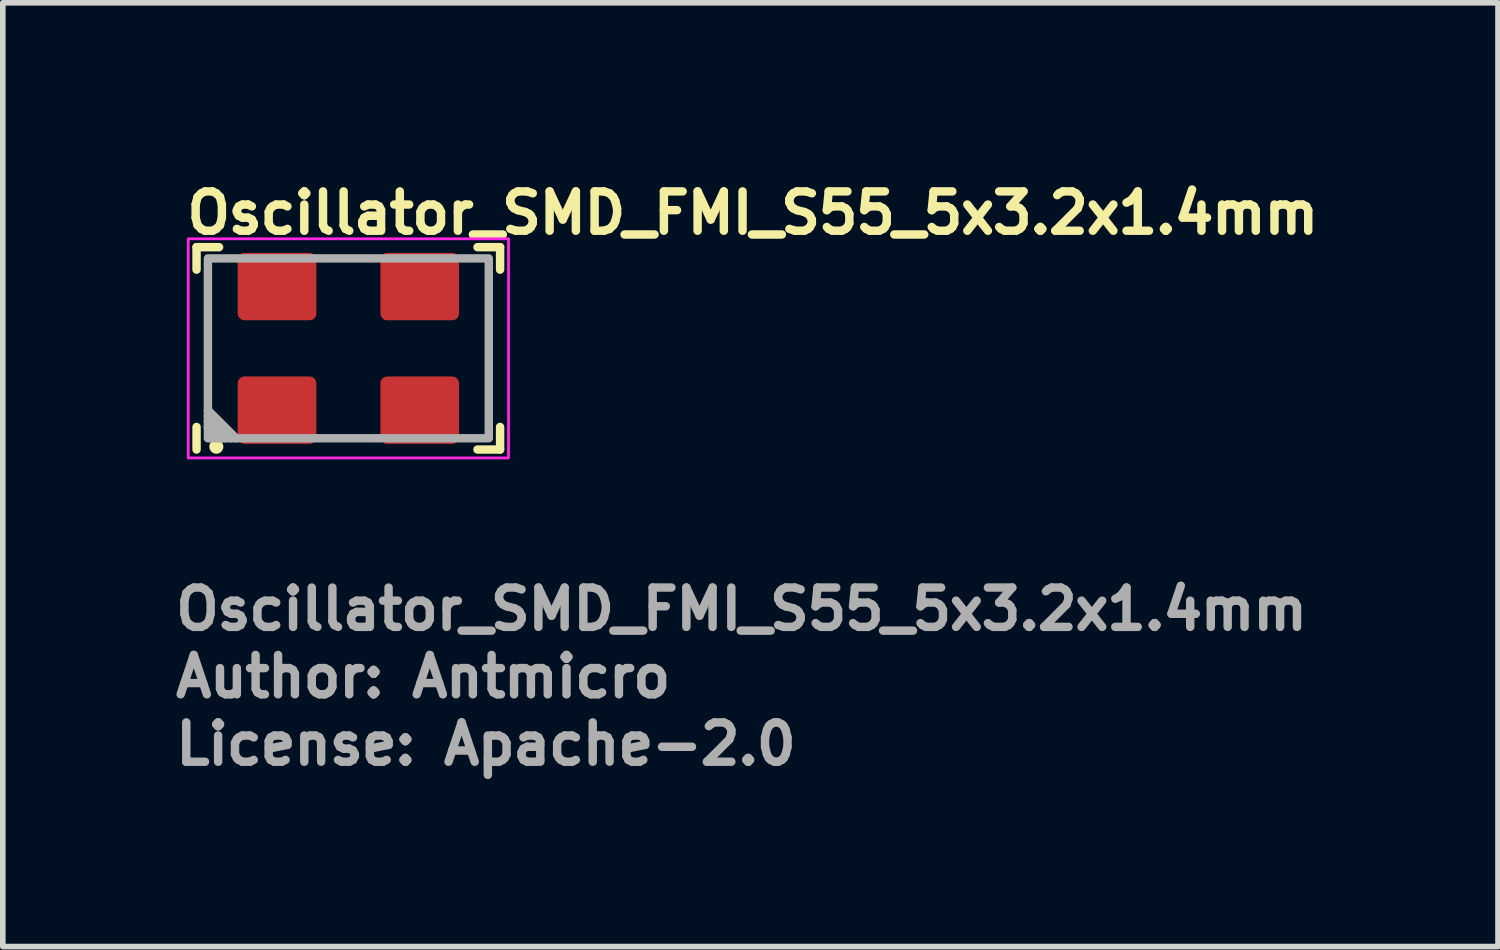
<source format=kicad_pcb>
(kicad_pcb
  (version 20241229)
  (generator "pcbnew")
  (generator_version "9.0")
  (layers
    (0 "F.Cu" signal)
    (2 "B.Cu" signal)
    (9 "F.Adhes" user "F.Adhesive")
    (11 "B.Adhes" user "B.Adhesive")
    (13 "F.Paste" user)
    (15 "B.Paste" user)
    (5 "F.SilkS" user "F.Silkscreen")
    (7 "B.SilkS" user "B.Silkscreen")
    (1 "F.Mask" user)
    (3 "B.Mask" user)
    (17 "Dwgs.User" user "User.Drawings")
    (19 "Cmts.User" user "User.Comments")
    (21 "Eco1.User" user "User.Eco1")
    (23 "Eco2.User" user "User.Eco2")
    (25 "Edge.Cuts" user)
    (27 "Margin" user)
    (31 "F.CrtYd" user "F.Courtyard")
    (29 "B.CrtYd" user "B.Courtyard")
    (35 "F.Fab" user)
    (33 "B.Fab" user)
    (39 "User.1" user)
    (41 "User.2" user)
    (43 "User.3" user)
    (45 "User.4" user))
  (footprint "Oscillator_SMD_FMI_S55_5x3.2x1.4mm"
    (layer "F.Cu")
    (at 3.15 3.15)
    (property "Reference" "Oscillator_SMD_FMI_S55_5x3.2x1.4mm" (at -2.95 -2 0) (layer "F.SilkS") (effects (font (size 0.7 0.7) (thickness 0.15)) (justify left bottom)))
    (attr smd)
    (fp_line (start -2.702 -1.801) (end -2.301 -1.801) (stroke (width 0.15) (type solid)) (layer "F.SilkS"))
    (fp_line (start -2.702 -1.401) (end -2.702 -1.801) (stroke (width 0.15) (type solid)) (layer "F.SilkS"))
    (fp_line (start -2.702 1.8) (end -2.702 1.398) (stroke (width 0.15) (type solid)) (layer "F.SilkS"))
    (fp_line (start 2.298 -1.801) (end 2.7 -1.801) (stroke (width 0.15) (type solid)) (layer "F.SilkS"))
    (fp_line (start 2.7 -1.801) (end 2.7 -1.401) (stroke (width 0.15) (type solid)) (layer "F.SilkS"))
    (fp_line (start 2.7 1.398) (end 2.7 1.8) (stroke (width 0.15) (type solid)) (layer "F.SilkS"))
    (fp_line (start 2.7 1.8) (end 2.298 1.8) (stroke (width 0.15) (type solid)) (layer "F.SilkS"))
    (fp_circle (center -2.35 1.75) (end -2.3 1.75) (stroke (width 0.15) (type solid)) (fill yes) (layer "F.SilkS"))
    (fp_rect (start -2.85 -1.95) (end 2.85 1.95) (stroke (width 0.05) (type solid)) (fill no) (layer "F.CrtYd"))
    (fp_line (start -2.3 1.6) (end -2.5 1.4) (stroke (width 0.15) (type solid)) (layer "F.Fab"))
    (fp_line (start -2.2 1.6) (end -2.5 1.3) (stroke (width 0.15) (type solid)) (layer "F.Fab"))
    (fp_line (start -2.1 1.6) (end -2.5 1.2) (stroke (width 0.15) (type solid)) (layer "F.Fab"))
    (fp_line (start -2 1.6) (end -2.5 1.1) (stroke (width 0.15) (type solid)) (layer "F.Fab"))
    (fp_rect (start -2.5 -1.601) (end 2.499 1.6) (stroke (width 0.15) (type solid)) (fill no) (layer "F.Fab"))
    (fp_rect (start -2.5 -1.6) (end 2.5 1.6) (stroke (width 0.1) (type solid)) (fill no) (layer "User.5"))
    (fp_line (start -2.5 -1.4) (end -2.47 -1.402) (stroke (width 0.02) (type solid)) (layer "User.9"))
    (fp_line (start -2.5 -1.2) (end -2.497 -1.252) (stroke (width 0.02) (type solid)) (layer "User.9"))
    (fp_line (start -2.5 -0.7) (end -2.5 -1.4) (stroke (width 0.02) (type solid)) (layer "User.9"))
    (fp_line (start -2.5 1.2) (end -2.5 -1.2) (stroke (width 0.02) (type solid)) (layer "User.9"))
    (fp_line (start -2.5 1.4) (end -2.5 0.7) (stroke (width 0.02) (type solid)) (layer "User.9"))
    (fp_line (start -2.497 -1.252) (end -2.486 -1.304) (stroke (width 0.02) (type solid)) (layer "User.9"))
    (fp_line (start -2.497 1.252) (end -2.5 1.2) (stroke (width 0.02) (type solid)) (layer "User.9"))
    (fp_line (start -2.486 -1.304) (end -2.47 -1.353) (stroke (width 0.02) (type solid)) (layer "User.9"))
    (fp_line (start -2.486 1.304) (end -2.497 1.252) (stroke (width 0.02) (type solid)) (layer "User.9"))
    (fp_line (start -2.47 -1.402) (end -2.441 -1.409) (stroke (width 0.02) (type solid)) (layer "User.9"))
    (fp_line (start -2.47 -1.353) (end -2.446 -1.4) (stroke (width 0.02) (type solid)) (layer "User.9"))
    (fp_line (start -2.47 1.353) (end -2.486 1.304) (stroke (width 0.02) (type solid)) (layer "User.9"))
    (fp_line (start -2.47 1.402) (end -2.5 1.4) (stroke (width 0.02) (type solid)) (layer "User.9"))
    (fp_line (start -2.446 -1.4) (end -2.417 -1.444) (stroke (width 0.02) (type solid)) (layer "User.9"))
    (fp_line (start -2.446 1.4) (end -2.47 1.353) (stroke (width 0.02) (type solid)) (layer "User.9"))
    (fp_line (start -2.441 1.409) (end -2.47 1.402) (stroke (width 0.02) (type solid)) (layer "User.9"))
    (fp_line (start -2.417 -1.444) (end -2.383 -1.483) (stroke (width 0.02) (type solid)) (layer "User.9"))
    (fp_line (start -2.417 1.444) (end -2.446 1.4) (stroke (width 0.02) (type solid)) (layer "User.9"))
    (fp_line (start -2.383 -1.483) (end -2.344 -1.517) (stroke (width 0.02) (type solid)) (layer "User.9"))
    (fp_line (start -2.383 1.483) (end -2.417 1.444) (stroke (width 0.02) (type solid)) (layer "User.9"))
    (fp_line (start -2.344 -1.517) (end -2.3 -1.546) (stroke (width 0.02) (type solid)) (layer "User.9"))
    (fp_line (start -2.344 1.517) (end -2.383 1.483) (stroke (width 0.02) (type solid)) (layer "User.9"))
    (fp_line (start -2.309 -1.541) (end -2.302 -1.57) (stroke (width 0.02) (type solid)) (layer "User.9"))
    (fp_line (start -2.302 -1.57) (end -2.3 -1.6) (stroke (width 0.02) (type solid)) (layer "User.9"))
    (fp_line (start -2.302 1.57) (end -2.309 1.541) (stroke (width 0.02) (type solid)) (layer "User.9"))
    (fp_line (start -2.3 -1.6) (end -1.72 -1.6) (stroke (width 0.02) (type solid)) (layer "User.9"))
    (fp_line (start -2.3 -1.546) (end -2.253 -1.57) (stroke (width 0.02) (type solid)) (layer "User.9"))
    (fp_line (start -2.3 -1.2) (end -2.296 -1.239) (stroke (width 0.02) (type solid)) (layer "User.9"))
    (fp_line (start -2.3 1.2) (end -2.3 -1.2) (stroke (width 0.02) (type solid)) (layer "User.9"))
    (fp_line (start -2.3 1.546) (end -2.344 1.517) (stroke (width 0.02) (type solid)) (layer "User.9"))
    (fp_line (start -2.3 1.6) (end -2.302 1.57) (stroke (width 0.02) (type solid)) (layer "User.9"))
    (fp_line (start -2.296 -1.239) (end -2.285 -1.277) (stroke (width 0.02) (type solid)) (layer "User.9"))
    (fp_line (start -2.296 1.239) (end -2.3 1.2) (stroke (width 0.02) (type solid)) (layer "User.9"))
    (fp_line (start -2.285 -1.277) (end -2.266 -1.311) (stroke (width 0.02) (type solid)) (layer "User.9"))
    (fp_line (start -2.285 1.277) (end -2.296 1.239) (stroke (width 0.02) (type solid)) (layer "User.9"))
    (fp_line (start -2.266 -1.311) (end -2.241 -1.341) (stroke (width 0.02) (type solid)) (layer "User.9"))
    (fp_line (start -2.266 1.311) (end -2.285 1.277) (stroke (width 0.02) (type solid)) (layer "User.9"))
    (fp_line (start -2.253 -1.57) (end -2.204 -1.586) (stroke (width 0.02) (type solid)) (layer "User.9"))
    (fp_line (start -2.253 1.57) (end -2.3 1.546) (stroke (width 0.02) (type solid)) (layer "User.9"))
    (fp_line (start -2.241 -1.341) (end -2.211 -1.366) (stroke (width 0.02) (type solid)) (layer "User.9"))
    (fp_line (start -2.241 1.341) (end -2.266 1.311) (stroke (width 0.02) (type solid)) (layer "User.9"))
    (fp_line (start -2.211 -1.366) (end -2.177 -1.385) (stroke (width 0.02) (type solid)) (layer "User.9"))
    (fp_line (start -2.211 1.366) (end -2.241 1.341) (stroke (width 0.02) (type solid)) (layer "User.9"))
    (fp_line (start -2.204 -1.586) (end -2.152 -1.597) (stroke (width 0.02) (type solid)) (layer "User.9"))
    (fp_line (start -2.204 1.586) (end -2.253 1.57) (stroke (width 0.02) (type solid)) (layer "User.9"))
    (fp_line (start -2.177 -1.385) (end -2.139 -1.396) (stroke (width 0.02) (type solid)) (layer "User.9"))
    (fp_line (start -2.177 1.385) (end -2.211 1.366) (stroke (width 0.02) (type solid)) (layer "User.9"))
    (fp_line (start -2.152 -1.597) (end -2.1 -1.6) (stroke (width 0.02) (type solid)) (layer "User.9"))
    (fp_line (start -2.152 1.597) (end -2.204 1.586) (stroke (width 0.02) (type solid)) (layer "User.9"))
    (fp_line (start -2.139 -1.396) (end -2.1 -1.4) (stroke (width 0.02) (type solid)) (layer "User.9"))
    (fp_line (start -2.139 1.396) (end -2.177 1.385) (stroke (width 0.02) (type solid)) (layer "User.9"))
    (fp_line (start -2.1 -1.6) (end 2.1 -1.6) (stroke (width 0.02) (type solid)) (layer "User.9"))
    (fp_line (start -2.1 -1.4) (end 2.1 -1.4) (stroke (width 0.02) (type solid)) (layer "User.9"))
    (fp_line (start -2.1 1.4) (end -2.139 1.396) (stroke (width 0.02) (type solid)) (layer "User.9"))
    (fp_line (start -2.1 1.6) (end -2.152 1.597) (stroke (width 0.02) (type solid)) (layer "User.9"))
    (fp_line (start -1.72 1.6) (end -2.3 1.6) (stroke (width 0.02) (type solid)) (layer "User.9"))
    (fp_line (start 1.72 -1.6) (end 2.3 -1.6) (stroke (width 0.02) (type solid)) (layer "User.9"))
    (fp_line (start 2.1 -1.6) (end 2.152 -1.597) (stroke (width 0.02) (type solid)) (layer "User.9"))
    (fp_line (start 2.1 -1.4) (end 2.139 -1.396) (stroke (width 0.02) (type solid)) (layer "User.9"))
    (fp_line (start 2.1 1.4) (end -2.1 1.4) (stroke (width 0.02) (type solid)) (layer "User.9"))
    (fp_line (start 2.1 1.6) (end -2.1 1.6) (stroke (width 0.02) (type solid)) (layer "User.9"))
    (fp_line (start 2.139 -1.396) (end 2.177 -1.385) (stroke (width 0.02) (type solid)) (layer "User.9"))
    (fp_line (start 2.139 1.396) (end 2.1 1.4) (stroke (width 0.02) (type solid)) (layer "User.9"))
    (fp_line (start 2.152 -1.597) (end 2.204 -1.586) (stroke (width 0.02) (type solid)) (layer "User.9"))
    (fp_line (start 2.152 1.597) (end 2.1 1.6) (stroke (width 0.02) (type solid)) (layer "User.9"))
    (fp_line (start 2.177 -1.385) (end 2.211 -1.366) (stroke (width 0.02) (type solid)) (layer "User.9"))
    (fp_line (start 2.177 1.385) (end 2.139 1.396) (stroke (width 0.02) (type solid)) (layer "User.9"))
    (fp_line (start 2.204 -1.586) (end 2.253 -1.57) (stroke (width 0.02) (type solid)) (layer "User.9"))
    (fp_line (start 2.204 1.586) (end 2.152 1.597) (stroke (width 0.02) (type solid)) (layer "User.9"))
    (fp_line (start 2.211 -1.366) (end 2.241 -1.341) (stroke (width 0.02) (type solid)) (layer "User.9"))
    (fp_line (start 2.211 1.366) (end 2.177 1.385) (stroke (width 0.02) (type solid)) (layer "User.9"))
    (fp_line (start 2.241 -1.341) (end 2.266 -1.311) (stroke (width 0.02) (type solid)) (layer "User.9"))
    (fp_line (start 2.241 1.341) (end 2.211 1.366) (stroke (width 0.02) (type solid)) (layer "User.9"))
    (fp_line (start 2.253 -1.57) (end 2.3 -1.546) (stroke (width 0.02) (type solid)) (layer "User.9"))
    (fp_line (start 2.253 1.57) (end 2.204 1.586) (stroke (width 0.02) (type solid)) (layer "User.9"))
    (fp_line (start 2.266 -1.311) (end 2.285 -1.277) (stroke (width 0.02) (type solid)) (layer "User.9"))
    (fp_line (start 2.266 1.311) (end 2.241 1.341) (stroke (width 0.02) (type solid)) (layer "User.9"))
    (fp_line (start 2.285 -1.277) (end 2.296 -1.239) (stroke (width 0.02) (type solid)) (layer "User.9"))
    (fp_line (start 2.285 1.277) (end 2.266 1.311) (stroke (width 0.02) (type solid)) (layer "User.9"))
    (fp_line (start 2.296 -1.239) (end 2.3 -1.2) (stroke (width 0.02) (type solid)) (layer "User.9"))
    (fp_line (start 2.296 1.239) (end 2.285 1.277) (stroke (width 0.02) (type solid)) (layer "User.9"))
    (fp_line (start 2.3 -1.6) (end 2.302 -1.57) (stroke (width 0.02) (type solid)) (layer "User.9"))
    (fp_line (start 2.3 -1.546) (end 2.344 -1.517) (stroke (width 0.02) (type solid)) (layer "User.9"))
    (fp_line (start 2.3 -1.2) (end 2.3 1.2) (stroke (width 0.02) (type solid)) (layer "User.9"))
    (fp_line (start 2.3 1.2) (end 2.296 1.239) (stroke (width 0.02) (type solid)) (layer "User.9"))
    (fp_line (start 2.3 1.546) (end 2.253 1.57) (stroke (width 0.02) (type solid)) (layer "User.9"))
    (fp_line (start 2.3 1.6) (end 1.72 1.6) (stroke (width 0.02) (type solid)) (layer "User.9"))
    (fp_line (start 2.302 -1.57) (end 2.309 -1.541) (stroke (width 0.02) (type solid)) (layer "User.9"))
    (fp_line (start 2.302 1.57) (end 2.3 1.6) (stroke (width 0.02) (type solid)) (layer "User.9"))
    (fp_line (start 2.309 1.541) (end 2.302 1.57) (stroke (width 0.02) (type solid)) (layer "User.9"))
    (fp_line (start 2.344 -1.517) (end 2.383 -1.483) (stroke (width 0.02) (type solid)) (layer "User.9"))
    (fp_line (start 2.344 1.517) (end 2.3 1.546) (stroke (width 0.02) (type solid)) (layer "User.9"))
    (fp_line (start 2.383 -1.483) (end 2.417 -1.444) (stroke (width 0.02) (type solid)) (layer "User.9"))
    (fp_line (start 2.383 1.483) (end 2.344 1.517) (stroke (width 0.02) (type solid)) (layer "User.9"))
    (fp_line (start 2.417 -1.444) (end 2.446 -1.4) (stroke (width 0.02) (type solid)) (layer "User.9"))
    (fp_line (start 2.417 1.444) (end 2.383 1.483) (stroke (width 0.02) (type solid)) (layer "User.9"))
    (fp_line (start 2.441 -1.409) (end 2.47 -1.402) (stroke (width 0.02) (type solid)) (layer "User.9"))
    (fp_line (start 2.446 -1.4) (end 2.47 -1.353) (stroke (width 0.02) (type solid)) (layer "User.9"))
    (fp_line (start 2.446 1.4) (end 2.417 1.444) (stroke (width 0.02) (type solid)) (layer "User.9"))
    (fp_line (start 2.47 -1.402) (end 2.5 -1.4) (stroke (width 0.02) (type solid)) (layer "User.9"))
    (fp_line (start 2.47 -1.353) (end 2.486 -1.304) (stroke (width 0.02) (type solid)) (layer "User.9"))
    (fp_line (start 2.47 1.353) (end 2.446 1.4) (stroke (width 0.02) (type solid)) (layer "User.9"))
    (fp_line (start 2.47 1.402) (end 2.441 1.409) (stroke (width 0.02) (type solid)) (layer "User.9"))
    (fp_line (start 2.486 -1.304) (end 2.497 -1.252) (stroke (width 0.02) (type solid)) (layer "User.9"))
    (fp_line (start 2.486 1.304) (end 2.47 1.353) (stroke (width 0.02) (type solid)) (layer "User.9"))
    (fp_line (start 2.497 -1.252) (end 2.5 -1.2) (stroke (width 0.02) (type solid)) (layer "User.9"))
    (fp_line (start 2.497 1.252) (end 2.486 1.304) (stroke (width 0.02) (type solid)) (layer "User.9"))
    (fp_line (start 2.5 -1.4) (end 2.5 -0.7) (stroke (width 0.02) (type solid)) (layer "User.9"))
    (fp_line (start 2.5 -1.2) (end 2.5 1.2) (stroke (width 0.02) (type solid)) (layer "User.9"))
    (fp_line (start 2.5 0.7) (end 2.5 1.4) (stroke (width 0.02) (type solid)) (layer "User.9"))
    (fp_line (start 2.5 1.2) (end 2.497 1.252) (stroke (width 0.02) (type solid)) (layer "User.9"))
    (fp_line (start 2.5 1.4) (end 2.47 1.402) (stroke (width 0.02) (type solid)) (layer "User.9"))
    (fp_text user "License: Apache-2.0" (at -3.15 7.45 0) (layer "F.Fab") (effects (font (size 0.7 0.7) (thickness 0.15)) (justify left bottom)))
    (fp_text user "Author: Antmicro" (at -3.15 6.25 0) (layer "F.Fab") (effects (font (size 0.7 0.7) (thickness 0.15)) (justify left bottom)))
    (fp_text user "${REFERENCE}" (at -3.15 5.05 0) (layer "F.Fab") (effects (font (size 0.7 0.7) (thickness 0.15)) (justify left bottom)))
    (pad "1" smd roundrect (at -1.27 1.1) (size 1.4 1.2) (layers "F.Cu" "F.Mask" "F.Paste") (roundrect_rratio 0.1))
    (pad "2" smd roundrect (at 1.27 1.1) (size 1.4 1.2) (layers "F.Cu" "F.Mask" "F.Paste") (roundrect_rratio 0.1))
    (pad "3" smd roundrect (at 1.27 -1.1) (size 1.4 1.2) (layers "F.Cu" "F.Mask" "F.Paste") (roundrect_rratio 0.1))
    (pad "4" smd roundrect (at -1.27 -1.1) (size 1.4 1.2) (layers "F.Cu" "F.Mask" "F.Paste") (roundrect_rratio 0.1)))
  (gr_rect
    (start -3 -3)
    (end 23.61 13.796)
    (stroke (width 0.1) (type default))
    (fill no)
    (layer "Edge.Cuts")))
</source>
